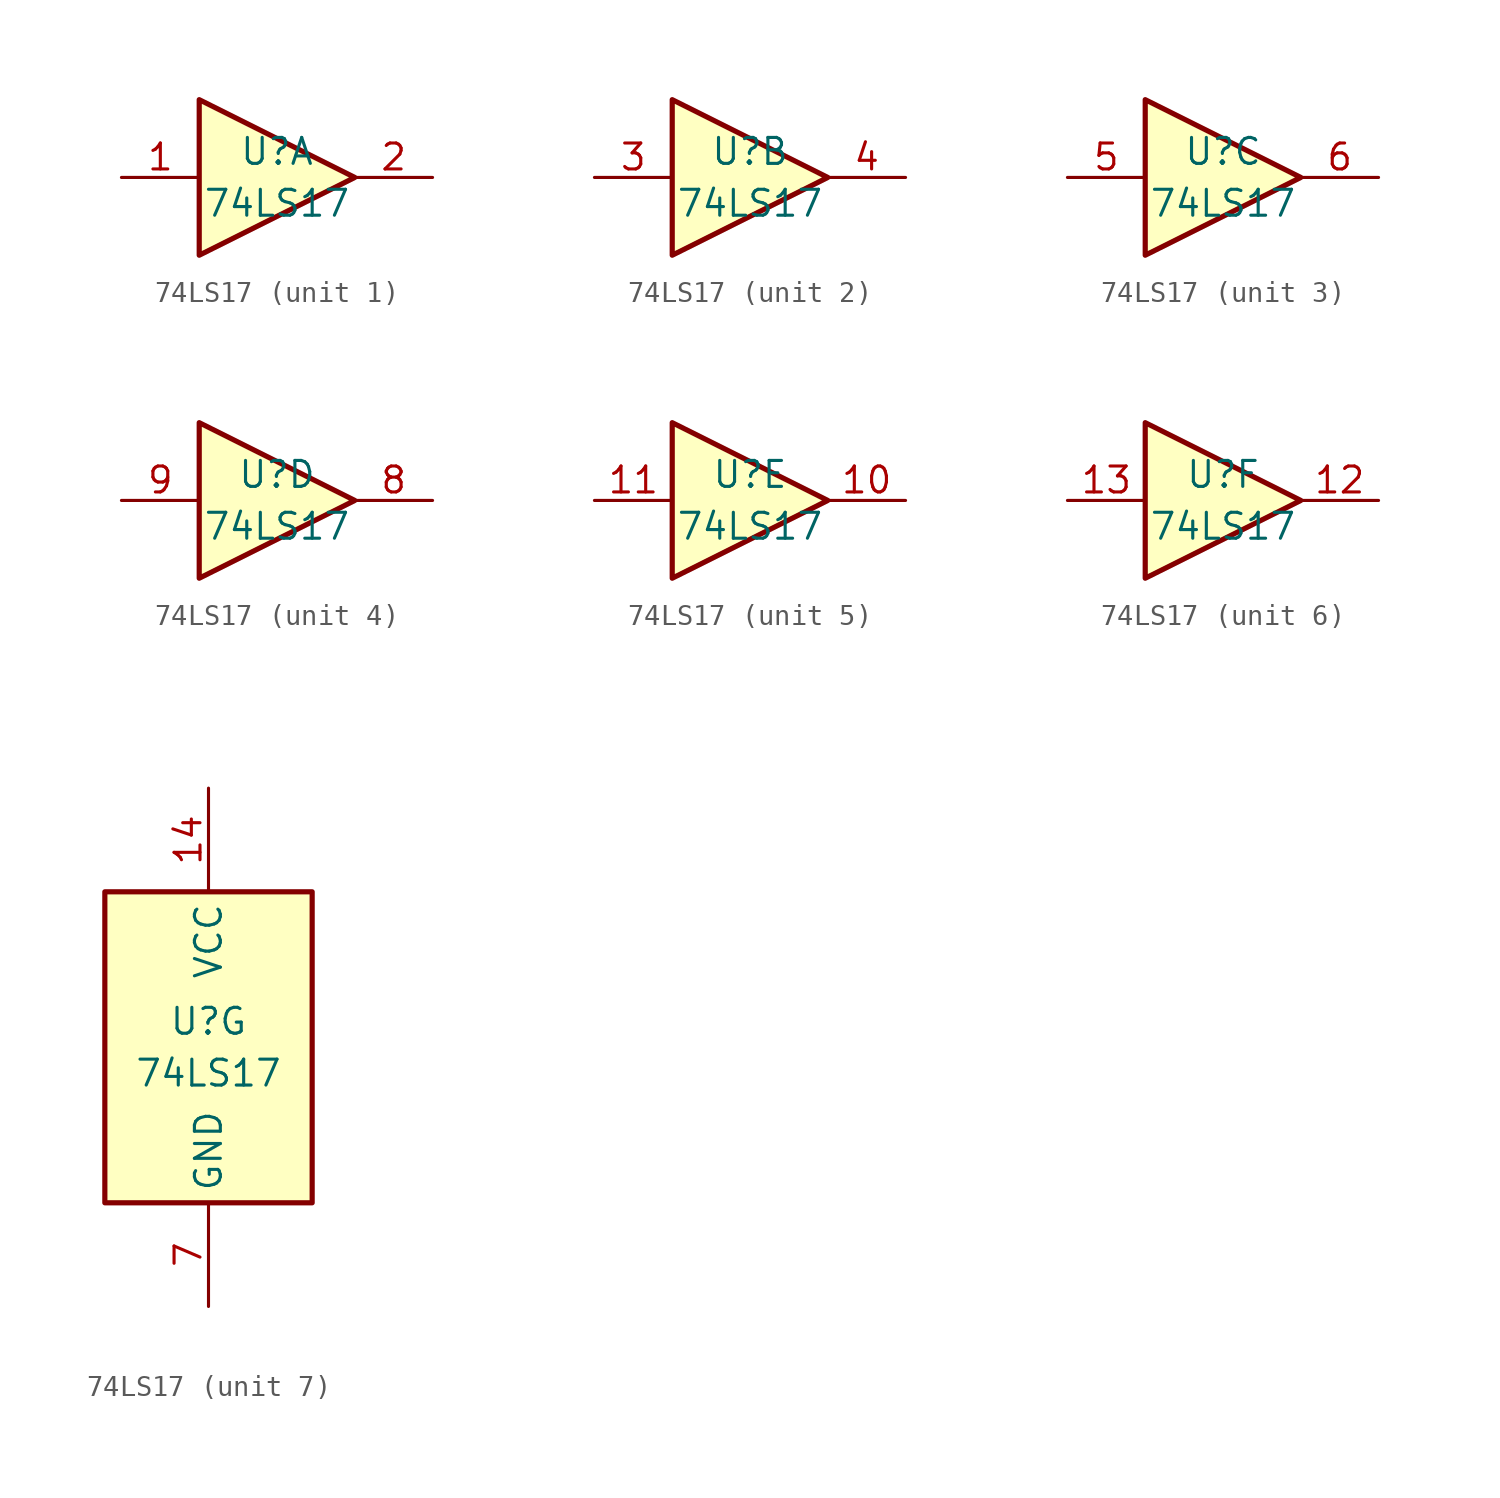
<source format=kicad_sym>
(kicad_symbol_lib
  (version 20211014)
  (generator kicad_symbol_editor)
  (symbol "74LS17"
    (property "Reference" "U"
      (at 0 1.27 0)
      (effects (font (size 1.27 1.27))))
    (property "Value" "74LS17"
      (at 0 -1.27 0)
      (effects (font (size 1.27 1.27))))
    (property "ki_locked" ""
      (at 0 0 0)
      (effects (font (size 1.27 1.27))))
    (symbol "74LS17_1_0"
      (polyline (pts (xy -3.81 3.81) (xy -3.81 -3.81) (xy 3.81 0) (xy -3.81 3.81)) (stroke (width 0.254) (type default) (color 0 0 0 0)) (fill (type background)))
      (pin input line (at -7.62 0 0) (length 3.81) (name "~" (effects (font (size 1.27 1.27)))) (number "1" (effects (font (size 1.27 1.27)))))
      (pin output line (at 7.62 0 180) (length 3.81) (name "~" (effects (font (size 1.27 1.27)))) (number "2" (effects (font (size 1.27 1.27))))))
    (symbol "74LS17_2_0"
      (polyline (pts (xy -3.81 3.81) (xy -3.81 -3.81) (xy 3.81 0) (xy -3.81 3.81)) (stroke (width 0.254) (type default) (color 0 0 0 0)) (fill (type background)))
      (pin input line (at -7.62 0 0) (length 3.81) (name "~" (effects (font (size 1.27 1.27)))) (number "3" (effects (font (size 1.27 1.27)))))
      (pin output line (at 7.62 0 180) (length 3.81) (name "~" (effects (font (size 1.27 1.27)))) (number "4" (effects (font (size 1.27 1.27))))))
    (symbol "74LS17_3_0"
      (polyline (pts (xy -3.81 3.81) (xy -3.81 -3.81) (xy 3.81 0) (xy -3.81 3.81)) (stroke (width 0.254) (type default) (color 0 0 0 0)) (fill (type background)))
      (pin input line (at -7.62 0 0) (length 3.81) (name "~" (effects (font (size 1.27 1.27)))) (number "5" (effects (font (size 1.27 1.27)))))
      (pin output line (at 7.62 0 180) (length 3.81) (name "~" (effects (font (size 1.27 1.27)))) (number "6" (effects (font (size 1.27 1.27))))))
    (symbol "74LS17_4_0"
      (polyline (pts (xy -3.81 3.81) (xy -3.81 -3.81) (xy 3.81 0) (xy -3.81 3.81)) (stroke (width 0.254) (type default) (color 0 0 0 0)) (fill (type background)))
      (pin output line (at 7.62 0 180) (length 3.81) (name "~" (effects (font (size 1.27 1.27)))) (number "8" (effects (font (size 1.27 1.27)))))
      (pin input line (at -7.62 0 0) (length 3.81) (name "~" (effects (font (size 1.27 1.27)))) (number "9" (effects (font (size 1.27 1.27))))))
    (symbol "74LS17_5_0"
      (polyline (pts (xy -3.81 3.81) (xy -3.81 -3.81) (xy 3.81 0) (xy -3.81 3.81)) (stroke (width 0.254) (type default) (color 0 0 0 0)) (fill (type background)))
      (pin output line (at 7.62 0 180) (length 3.81) (name "~" (effects (font (size 1.27 1.27)))) (number "10" (effects (font (size 1.27 1.27)))))
      (pin input line (at -7.62 0 0) (length 3.81) (name "~" (effects (font (size 1.27 1.27)))) (number "11" (effects (font (size 1.27 1.27))))))
    (symbol "74LS17_6_0"
      (polyline (pts (xy -3.81 3.81) (xy -3.81 -3.81) (xy 3.81 0) (xy -3.81 3.81)) (stroke (width 0.254) (type default) (color 0 0 0 0)) (fill (type background)))
      (pin output line (at 7.62 0 180) (length 3.81) (name "~" (effects (font (size 1.27 1.27)))) (number "12" (effects (font (size 1.27 1.27)))))
      (pin input line (at -7.62 0 0) (length 3.81) (name "~" (effects (font (size 1.27 1.27)))) (number "13" (effects (font (size 1.27 1.27))))))
    (symbol "74LS17_7_0"
      (pin power_in line (at 0 12.7 270) (length 5.08) (name "VCC" (effects (font (size 1.27 1.27)))) (number "14" (effects (font (size 1.27 1.27)))))
      (pin power_in line (at 0 -12.7 90) (length 5.08) (name "GND" (effects (font (size 1.27 1.27)))) (number "7" (effects (font (size 1.27 1.27))))))
    (symbol "74LS17_7_1"
      (rectangle (start -5.08 7.62) (end 5.08 -7.62) (stroke (width 0.254) (type default) (color 0 0 0 0)) (fill (type background))))))
</source>
